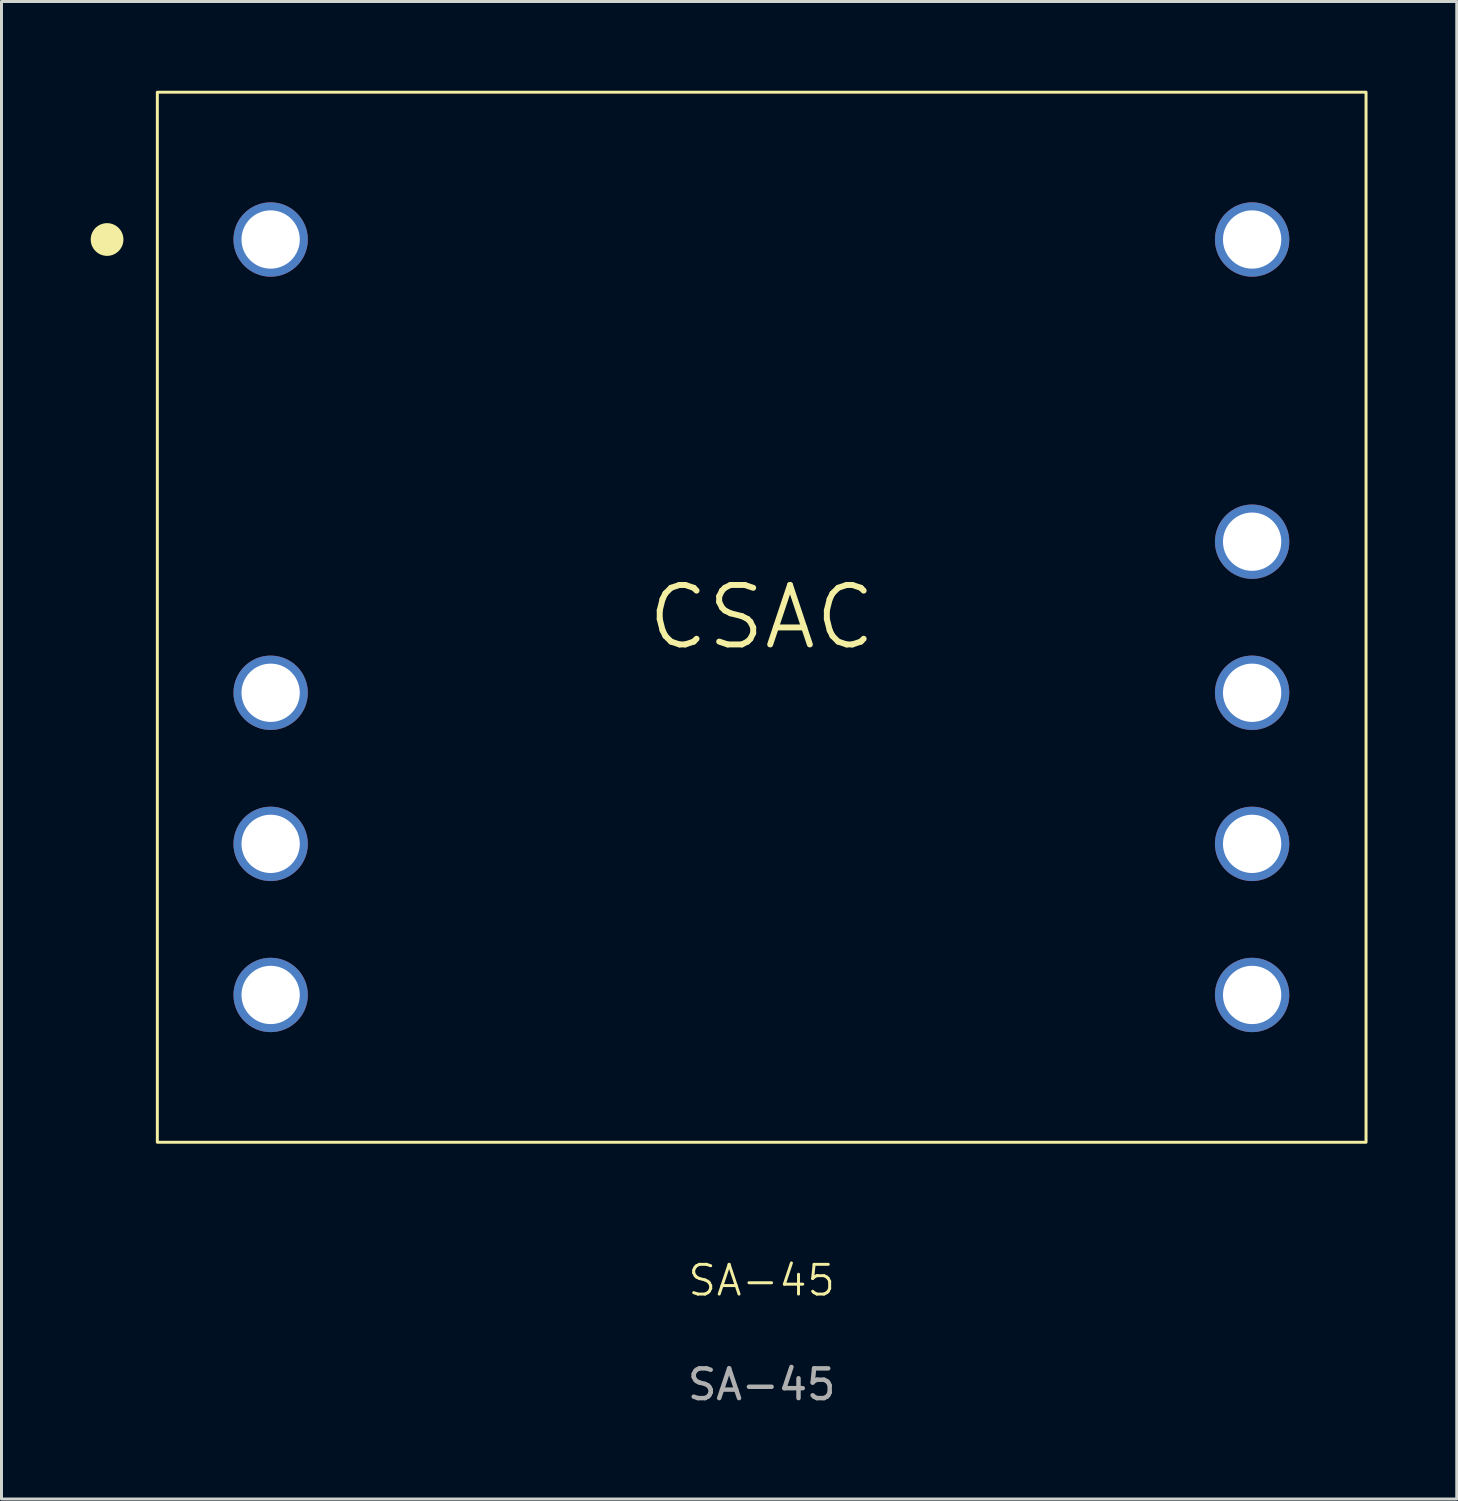
<source format=kicad_pcb>
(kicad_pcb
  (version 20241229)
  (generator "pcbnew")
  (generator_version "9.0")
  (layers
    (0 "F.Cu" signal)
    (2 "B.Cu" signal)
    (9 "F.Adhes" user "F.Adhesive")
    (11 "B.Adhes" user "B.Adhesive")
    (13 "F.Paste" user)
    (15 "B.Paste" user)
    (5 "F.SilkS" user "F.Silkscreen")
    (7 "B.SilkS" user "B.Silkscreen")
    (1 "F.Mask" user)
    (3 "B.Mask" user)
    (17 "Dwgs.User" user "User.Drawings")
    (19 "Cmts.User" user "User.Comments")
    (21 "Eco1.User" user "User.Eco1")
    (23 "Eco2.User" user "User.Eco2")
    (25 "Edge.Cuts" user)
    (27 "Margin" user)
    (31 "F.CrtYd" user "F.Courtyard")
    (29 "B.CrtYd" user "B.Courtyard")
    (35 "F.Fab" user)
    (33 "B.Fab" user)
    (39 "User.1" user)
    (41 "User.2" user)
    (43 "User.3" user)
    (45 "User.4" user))
  (footprint "SA-45"
    (layer "F.Cu")
    (at 6.05 5.003)
    (property "Reference" "SA-45" (at 16.51 35 0) (unlocked yes) (layer "F.SilkS") (effects (font (size 1 1) (thickness 0.1))))
    (attr smd)
    (fp_rect (start -3.81 -4.953) (end 36.83 30.353) (stroke (width 0.1) (type solid)) (fill no) (layer "F.SilkS"))
    (fp_circle (center -5.5 0) (end -6 0) (stroke (width 0.1) (type solid)) (fill yes) (layer "F.SilkS"))
    (fp_text user "CSAC" (at 16.51 12.7 0) (unlocked yes) (layer "F.SilkS") (effects (font (size 2 2) (thickness 0.2) (bold yes))))
    (fp_text user "${REFERENCE}" (at 16.51 38.5 0) (unlocked yes) (layer "F.Fab") (effects (font (size 1 1) (thickness 0.15))))
    (pad "1" thru_hole circle (at 0 0 180) (size 2.5 2.5) (drill 1.96) (layers "*.Cu" "*.Mask"))
    (pad "4" thru_hole circle (at 0 15.24 180) (size 2.5 2.5) (drill 1.96) (layers "*.Cu" "*.Mask"))
    (pad "5" thru_hole circle (at 0 20.32 180) (size 2.5 2.5) (drill 1.96) (layers "*.Cu" "*.Mask"))
    (pad "6" thru_hole circle (at 0 25.4 180) (size 2.5 2.5) (drill 1.96) (layers "*.Cu" "*.Mask"))
    (pad "7" thru_hole circle (at 33 25.4 180) (size 2.5 2.5) (drill 1.96) (layers "*.Cu" "*.Mask"))
    (pad "8" thru_hole circle (at 33 20.32 180) (size 2.5 2.5) (drill 1.96) (layers "*.Cu" "*.Mask"))
    (pad "9" thru_hole circle (at 33 15.24 180) (size 2.5 2.5) (drill 1.96) (layers "*.Cu" "*.Mask"))
    (pad "10" thru_hole circle (at 33 10.16 180) (size 2.5 2.5) (drill 1.96) (layers "*.Cu" "*.Mask"))
    (pad "12" thru_hole circle (at 33 0 180) (size 2.5 2.5) (drill 1.96) (layers "*.Cu" "*.Mask")))
  (gr_rect
    (start -3 -3)
    (end 45.93 47.351)
    (stroke (width 0.1) (type default))
    (fill no)
    (layer "Edge.Cuts")))
</source>
